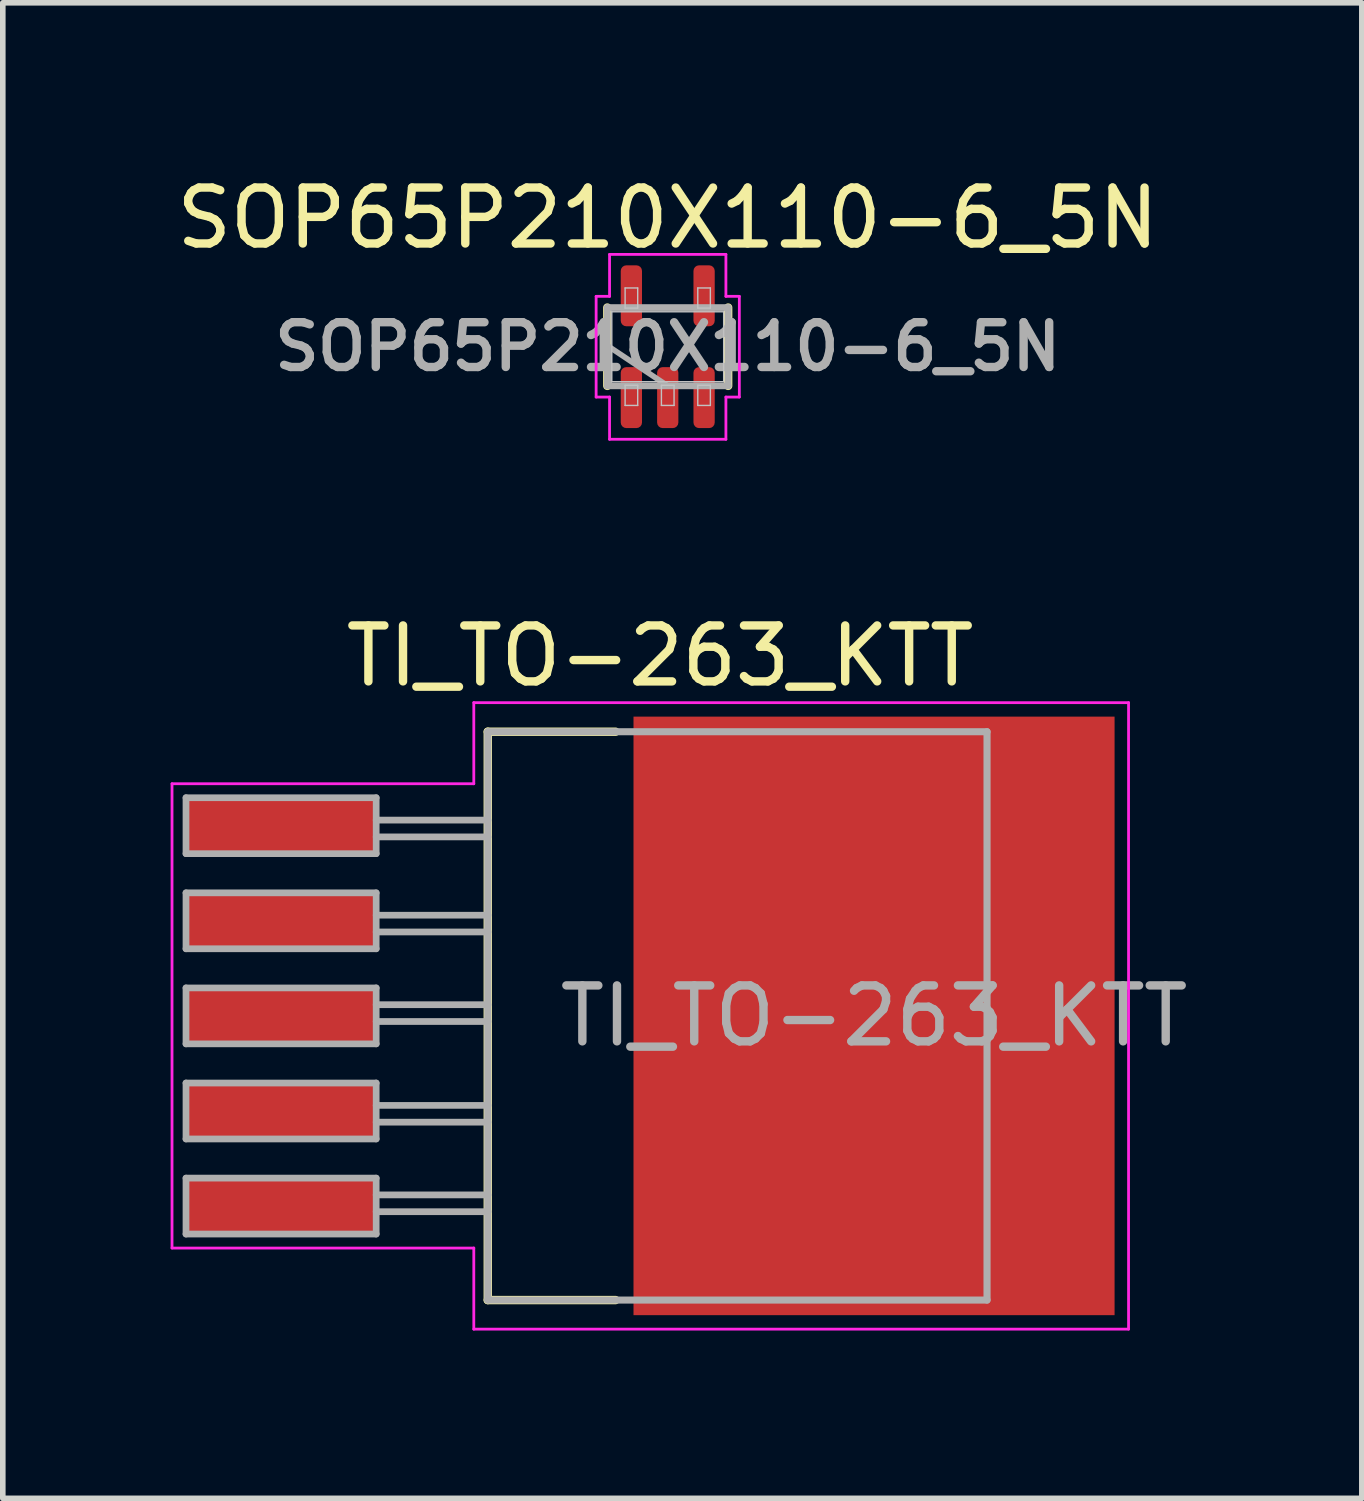
<source format=kicad_pcb>
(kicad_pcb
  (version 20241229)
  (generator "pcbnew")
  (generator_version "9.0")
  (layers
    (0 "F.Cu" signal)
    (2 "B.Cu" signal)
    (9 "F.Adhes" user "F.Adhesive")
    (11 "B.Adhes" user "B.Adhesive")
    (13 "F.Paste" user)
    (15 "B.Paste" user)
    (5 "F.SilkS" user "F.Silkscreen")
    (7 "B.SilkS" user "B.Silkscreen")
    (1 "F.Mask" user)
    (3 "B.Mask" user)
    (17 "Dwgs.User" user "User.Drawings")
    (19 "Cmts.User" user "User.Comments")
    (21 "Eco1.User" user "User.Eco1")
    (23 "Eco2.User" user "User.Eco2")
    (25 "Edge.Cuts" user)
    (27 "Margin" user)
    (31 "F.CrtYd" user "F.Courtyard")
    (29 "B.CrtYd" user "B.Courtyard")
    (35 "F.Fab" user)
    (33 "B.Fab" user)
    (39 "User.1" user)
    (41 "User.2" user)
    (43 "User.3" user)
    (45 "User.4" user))
  (footprint "SOP65P210X110-6_5N"
    (layer "F.Cu")
    (at 8.887 3.148)
    (property "Reference" "SOP65P210X110-6_5N" (at 0 -2.3 0) (layer "F.SilkS") (effects (font (size 1 1) (thickness 0.15))))
    (attr smd)
    (fp_line (start -1.08 0.7) (end -1.08 -0.7) (stroke (width 0.15) (type solid)) (layer "F.SilkS"))
    (fp_line (start 1.08 0.7) (end 1.08 -0.7) (stroke (width 0.15) (type solid)) (layer "F.SilkS"))
    (fp_line (start -1 -0.625) (end 1 -0.625) (stroke (width 0.025) (type solid)) (layer "Dwgs.User"))
    (fp_line (start -1 0.625) (end -1 -0.625) (stroke (width 0.025) (type solid)) (layer "Dwgs.User"))
    (fp_line (start -0.762 -1.05) (end -0.537 -1.05) (stroke (width 0.025) (type solid)) (layer "Dwgs.User"))
    (fp_line (start -0.762 -0.69) (end -0.762 -1.05) (stroke (width 0.025) (type solid)) (layer "Dwgs.User"))
    (fp_line (start -0.762 0.69) (end -0.537 0.69) (stroke (width 0.025) (type solid)) (layer "Dwgs.User"))
    (fp_line (start -0.762 1.05) (end -0.762 0.69) (stroke (width 0.025) (type solid)) (layer "Dwgs.User"))
    (fp_line (start -0.537 -1.05) (end -0.537 -0.69) (stroke (width 0.025) (type solid)) (layer "Dwgs.User"))
    (fp_line (start -0.537 -0.69) (end -0.762 -0.69) (stroke (width 0.025) (type solid)) (layer "Dwgs.User"))
    (fp_line (start -0.537 0.69) (end -0.537 1.05) (stroke (width 0.025) (type solid)) (layer "Dwgs.User"))
    (fp_line (start -0.537 1.05) (end -0.762 1.05) (stroke (width 0.025) (type solid)) (layer "Dwgs.User"))
    (fp_line (start -0.113 0.69) (end 0.113 0.69) (stroke (width 0.025) (type solid)) (layer "Dwgs.User"))
    (fp_line (start -0.113 1.05) (end -0.113 0.69) (stroke (width 0.025) (type solid)) (layer "Dwgs.User"))
    (fp_line (start 0.113 0.69) (end 0.113 1.05) (stroke (width 0.025) (type solid)) (layer "Dwgs.User"))
    (fp_line (start 0.113 1.05) (end -0.113 1.05) (stroke (width 0.025) (type solid)) (layer "Dwgs.User"))
    (fp_line (start 0.537 -1.05) (end 0.762 -1.05) (stroke (width 0.025) (type solid)) (layer "Dwgs.User"))
    (fp_line (start 0.537 -0.69) (end 0.537 -1.05) (stroke (width 0.025) (type solid)) (layer "Dwgs.User"))
    (fp_line (start 0.537 0.69) (end 0.762 0.69) (stroke (width 0.025) (type solid)) (layer "Dwgs.User"))
    (fp_line (start 0.537 1.05) (end 0.537 0.69) (stroke (width 0.025) (type solid)) (layer "Dwgs.User"))
    (fp_line (start 0.762 -1.05) (end 0.762 -0.69) (stroke (width 0.025) (type solid)) (layer "Dwgs.User"))
    (fp_line (start 0.762 -0.69) (end 0.537 -0.69) (stroke (width 0.025) (type solid)) (layer "Dwgs.User"))
    (fp_line (start 0.762 0.69) (end 0.762 1.05) (stroke (width 0.025) (type solid)) (layer "Dwgs.User"))
    (fp_line (start 0.762 1.05) (end 0.537 1.05) (stroke (width 0.025) (type solid)) (layer "Dwgs.User"))
    (fp_line (start 1 -0.625) (end 1 0.625) (stroke (width 0.025) (type solid)) (layer "Dwgs.User"))
    (fp_line (start 1 0.625) (end -1 0.625) (stroke (width 0.025) (type solid)) (layer "Dwgs.User"))
    (fp_line (start -1.28 -0.9) (end -1.28 0.9) (stroke (width 0.05) (type solid)) (layer "F.CrtYd"))
    (fp_line (start -1.28 0.9) (end -1.04 0.9) (stroke (width 0.05) (type solid)) (layer "F.CrtYd"))
    (fp_line (start -1.04 -1.65) (end -1.04 -0.9) (stroke (width 0.05) (type solid)) (layer "F.CrtYd"))
    (fp_line (start -1.04 -0.9) (end -1.28 -0.9) (stroke (width 0.05) (type solid)) (layer "F.CrtYd"))
    (fp_line (start -1.04 0.9) (end -1.04 1.655) (stroke (width 0.05) (type solid)) (layer "F.CrtYd"))
    (fp_line (start -1.04 1.655) (end 1.04 1.655) (stroke (width 0.05) (type solid)) (layer "F.CrtYd"))
    (fp_line (start 1.04 -1.65) (end -1.04 -1.65) (stroke (width 0.05) (type solid)) (layer "F.CrtYd"))
    (fp_line (start 1.04 -0.9) (end 1.04 -1.65) (stroke (width 0.05) (type solid)) (layer "F.CrtYd"))
    (fp_line (start 1.04 0.9) (end 1.28 0.9) (stroke (width 0.05) (type solid)) (layer "F.CrtYd"))
    (fp_line (start 1.04 1.655) (end 1.04 0.9) (stroke (width 0.05) (type solid)) (layer "F.CrtYd"))
    (fp_line (start 1.28 -0.9) (end 1.04 -0.9) (stroke (width 0.05) (type solid)) (layer "F.CrtYd"))
    (fp_line (start 1.28 0.9) (end 1.28 -0.9) (stroke (width 0.05) (type solid)) (layer "F.CrtYd"))
    (fp_line (start -1.08 -0.7) (end 1.08 -0.7) (stroke (width 0.12) (type solid)) (layer "F.Fab"))
    (fp_line (start -1.08 0.7) (end -1.08 -0.7) (stroke (width 0.12) (type solid)) (layer "F.Fab"))
    (fp_line (start 1.08 -0.7) (end 1.08 0.7) (stroke (width 0.12) (type solid)) (layer "F.Fab"))
    (fp_line (start 1.08 0.7) (end -1.08 0.7) (stroke (width 0.12) (type solid)) (layer "F.Fab"))
    (fp_poly (pts (xy 0 0.7) (xy -1.05 0.7) (xy -1.05 0)) (stroke (width 0.1) (type solid)) (fill no) (layer "F.Fab"))
    (fp_text user "${REFERENCE}" (at 0 0 0) (layer "F.Fab") (effects (font (size 0.8 0.8) (thickness 0.15))))
    (pad "1" smd roundrect (at -0.65 0.91 90) (size 1.09 0.38) (layers "F.Cu" "F.Mask" "F.Paste") (roundrect_rratio 0.263))
    (pad "2" smd roundrect (at 0 0.91 90) (size 1.09 0.38) (layers "F.Cu" "F.Mask" "F.Paste") (roundrect_rratio 0.263))
    (pad "3" smd roundrect (at 0.65 0.91 90) (size 1.09 0.38) (layers "F.Cu" "F.Mask" "F.Paste") (roundrect_rratio 0.263))
    (pad "4" smd roundrect (at 0.65 -0.91 90) (size 1.09 0.38) (layers "F.Cu" "F.Mask" "F.Paste") (roundrect_rratio 0.263))
    (pad "5" smd roundrect (at -0.65 -0.91 90) (size 1.09 0.38) (layers "F.Cu" "F.Mask" "F.Paste") (roundrect_rratio 0.263)))
  (footprint "TI_TO-263_KTT"
    (layer "F.Cu")
    (at 12.575 15.111)
    (property "Reference" "TI_TO-263_KTT" (at -3.825 -6.435 0) (layer "F.SilkS") (effects (font (size 1 1) (thickness 0.15))))
    (attr smd)
    (fp_line (start -6.905 -5.08) (end -6.905 5.08) (stroke (width 0.15) (type solid)) (layer "F.SilkS"))
    (fp_line (start -6.905 5.08) (end -4.62 5.08) (stroke (width 0.15) (type solid)) (layer "F.SilkS"))
    (fp_line (start -4.62 -5.08) (end -6.905 -5.08) (stroke (width 0.15) (type solid)) (layer "F.SilkS"))
    (fp_line (start -12.55 -4.15) (end -12.55 4.15) (stroke (width 0.05) (type solid)) (layer "F.CrtYd"))
    (fp_line (start -12.55 4.15) (end -7.155 4.15) (stroke (width 0.05) (type solid)) (layer "F.CrtYd"))
    (fp_line (start -7.155 -5.6) (end -7.155 -4.15) (stroke (width 0.05) (type solid)) (layer "F.CrtYd"))
    (fp_line (start -7.155 -4.15) (end -12.55 -4.15) (stroke (width 0.05) (type solid)) (layer "F.CrtYd"))
    (fp_line (start -7.155 4.15) (end -7.155 5.6) (stroke (width 0.05) (type solid)) (layer "F.CrtYd"))
    (fp_line (start -7.155 5.6) (end 4.55 5.6) (stroke (width 0.05) (type solid)) (layer "F.CrtYd"))
    (fp_line (start 4.55 -5.6) (end -7.155 -5.6) (stroke (width 0.05) (type solid)) (layer "F.CrtYd"))
    (fp_line (start 4.55 5.6) (end 4.55 -5.6) (stroke (width 0.05) (type solid)) (layer "F.CrtYd"))
    (fp_line (start -12.3 -3.9) (end -8.9 -3.9) (stroke (width 0.12) (type solid)) (layer "F.Fab"))
    (fp_line (start -12.3 -2.9) (end -12.3 -3.9) (stroke (width 0.12) (type solid)) (layer "F.Fab"))
    (fp_line (start -12.3 -2.2) (end -12.3 -1.2) (stroke (width 0.12) (type solid)) (layer "F.Fab"))
    (fp_line (start -12.3 -1.2) (end -8.9 -1.2) (stroke (width 0.12) (type solid)) (layer "F.Fab"))
    (fp_line (start -12.3 -0.5) (end -12.3 0.5) (stroke (width 0.12) (type solid)) (layer "F.Fab"))
    (fp_line (start -12.3 0.5) (end -8.9 0.5) (stroke (width 0.12) (type solid)) (layer "F.Fab"))
    (fp_line (start -12.3 1.2) (end -12.3 2.2) (stroke (width 0.12) (type solid)) (layer "F.Fab"))
    (fp_line (start -12.3 2.2) (end -8.9 2.2) (stroke (width 0.12) (type solid)) (layer "F.Fab"))
    (fp_line (start -12.3 2.9) (end -12.3 3.9) (stroke (width 0.12) (type solid)) (layer "F.Fab"))
    (fp_line (start -12.3 3.9) (end -8.9 3.9) (stroke (width 0.12) (type solid)) (layer "F.Fab"))
    (fp_line (start -8.9 -3.9) (end -8.9 -2.9) (stroke (width 0.12) (type solid)) (layer "F.Fab"))
    (fp_line (start -8.9 -3.5) (end -6.9 -3.5) (stroke (width 0.12) (type solid)) (layer "F.Fab"))
    (fp_line (start -8.9 -3.2) (end -6.9 -3.2) (stroke (width 0.12) (type solid)) (layer "F.Fab"))
    (fp_line (start -8.9 -2.9) (end -12.3 -2.9) (stroke (width 0.12) (type solid)) (layer "F.Fab"))
    (fp_line (start -8.9 -2.2) (end -12.3 -2.2) (stroke (width 0.12) (type solid)) (layer "F.Fab"))
    (fp_line (start -8.9 -1.8) (end -6.9 -1.8) (stroke (width 0.12) (type solid)) (layer "F.Fab"))
    (fp_line (start -8.9 -1.5) (end -6.9 -1.5) (stroke (width 0.12) (type solid)) (layer "F.Fab"))
    (fp_line (start -8.9 -1.2) (end -8.9 -2.2) (stroke (width 0.12) (type solid)) (layer "F.Fab"))
    (fp_line (start -8.9 -0.5) (end -12.3 -0.5) (stroke (width 0.12) (type solid)) (layer "F.Fab"))
    (fp_line (start -8.9 -0.2) (end -6.9 -0.2) (stroke (width 0.12) (type solid)) (layer "F.Fab"))
    (fp_line (start -8.9 0.1) (end -6.9 0.1) (stroke (width 0.12) (type solid)) (layer "F.Fab"))
    (fp_line (start -8.9 0.5) (end -8.9 -0.5) (stroke (width 0.12) (type solid)) (layer "F.Fab"))
    (fp_line (start -8.9 1.2) (end -12.3 1.2) (stroke (width 0.12) (type solid)) (layer "F.Fab"))
    (fp_line (start -8.9 1.6) (end -6.9 1.6) (stroke (width 0.12) (type solid)) (layer "F.Fab"))
    (fp_line (start -8.9 1.9) (end -6.9 1.9) (stroke (width 0.12) (type solid)) (layer "F.Fab"))
    (fp_line (start -8.9 2.2) (end -8.9 1.2) (stroke (width 0.12) (type solid)) (layer "F.Fab"))
    (fp_line (start -8.9 2.9) (end -12.3 2.9) (stroke (width 0.12) (type solid)) (layer "F.Fab"))
    (fp_line (start -8.9 3.2) (end -6.9 3.2) (stroke (width 0.12) (type solid)) (layer "F.Fab"))
    (fp_line (start -8.9 3.5) (end -6.9 3.5) (stroke (width 0.12) (type solid)) (layer "F.Fab"))
    (fp_line (start -8.9 3.9) (end -8.9 2.9) (stroke (width 0.12) (type solid)) (layer "F.Fab"))
    (fp_line (start -6.905 -5.08) (end -6.905 5.08) (stroke (width 0.127) (type solid)) (layer "F.Fab"))
    (fp_line (start -6.905 5.08) (end 2.02 5.08) (stroke (width 0.127) (type solid)) (layer "F.Fab"))
    (fp_line (start 2.02 -5.08) (end -6.905 -5.08) (stroke (width 0.127) (type solid)) (layer "F.Fab"))
    (fp_line (start 2.02 5.08) (end 2.02 -5.08) (stroke (width 0.127) (type solid)) (layer "F.Fab"))
    (fp_text user "${REFERENCE}" (at 0 0 0) (layer "F.Fab") (effects (font (size 1 1) (thickness 0.15))))
    (pad "" smd rect (at -2.3 -3.8) (size 4 3) (layers "F.Paste"))
    (pad "" smd rect (at -2.3 0) (size 4 3) (layers "F.Paste"))
    (pad "" smd rect (at -2.3 3.8) (size 4 3) (layers "F.Paste"))
    (pad "" smd rect (at 2.3 -3.8) (size 4 3) (layers "F.Paste"))
    (pad "" smd rect (at 2.3 0) (size 4 3) (layers "F.Paste"))
    (pad "" smd rect (at 2.3 3.8) (size 4 3) (layers "F.Paste"))
    (pad "1" smd rect (at -10.6 -3.4) (size 3.4 1) (layers "F.Cu" "F.Mask" "F.Paste"))
    (pad "2" smd rect (at -10.6 -1.7) (size 3.4 1) (layers "F.Cu" "F.Mask" "F.Paste"))
    (pad "3" smd rect (at -10.6 0) (size 3.4 1) (layers "F.Cu" "F.Mask" "F.Paste"))
    (pad "4" smd rect (at -10.6 1.7) (size 3.4 1) (layers "F.Cu" "F.Mask" "F.Paste"))
    (pad "5" smd rect (at -10.6 3.4) (size 3.4 1) (layers "F.Cu" "F.Mask" "F.Paste"))
    (pad "6" smd rect (at 0 0) (size 8.6 10.7) (layers "F.Cu" "F.Mask")))
  (gr_rect
    (start -3 -3)
    (end 21.295 23.736)
    (stroke (width 0.1) (type default))
    (fill no)
    (layer "Edge.Cuts")))
</source>
